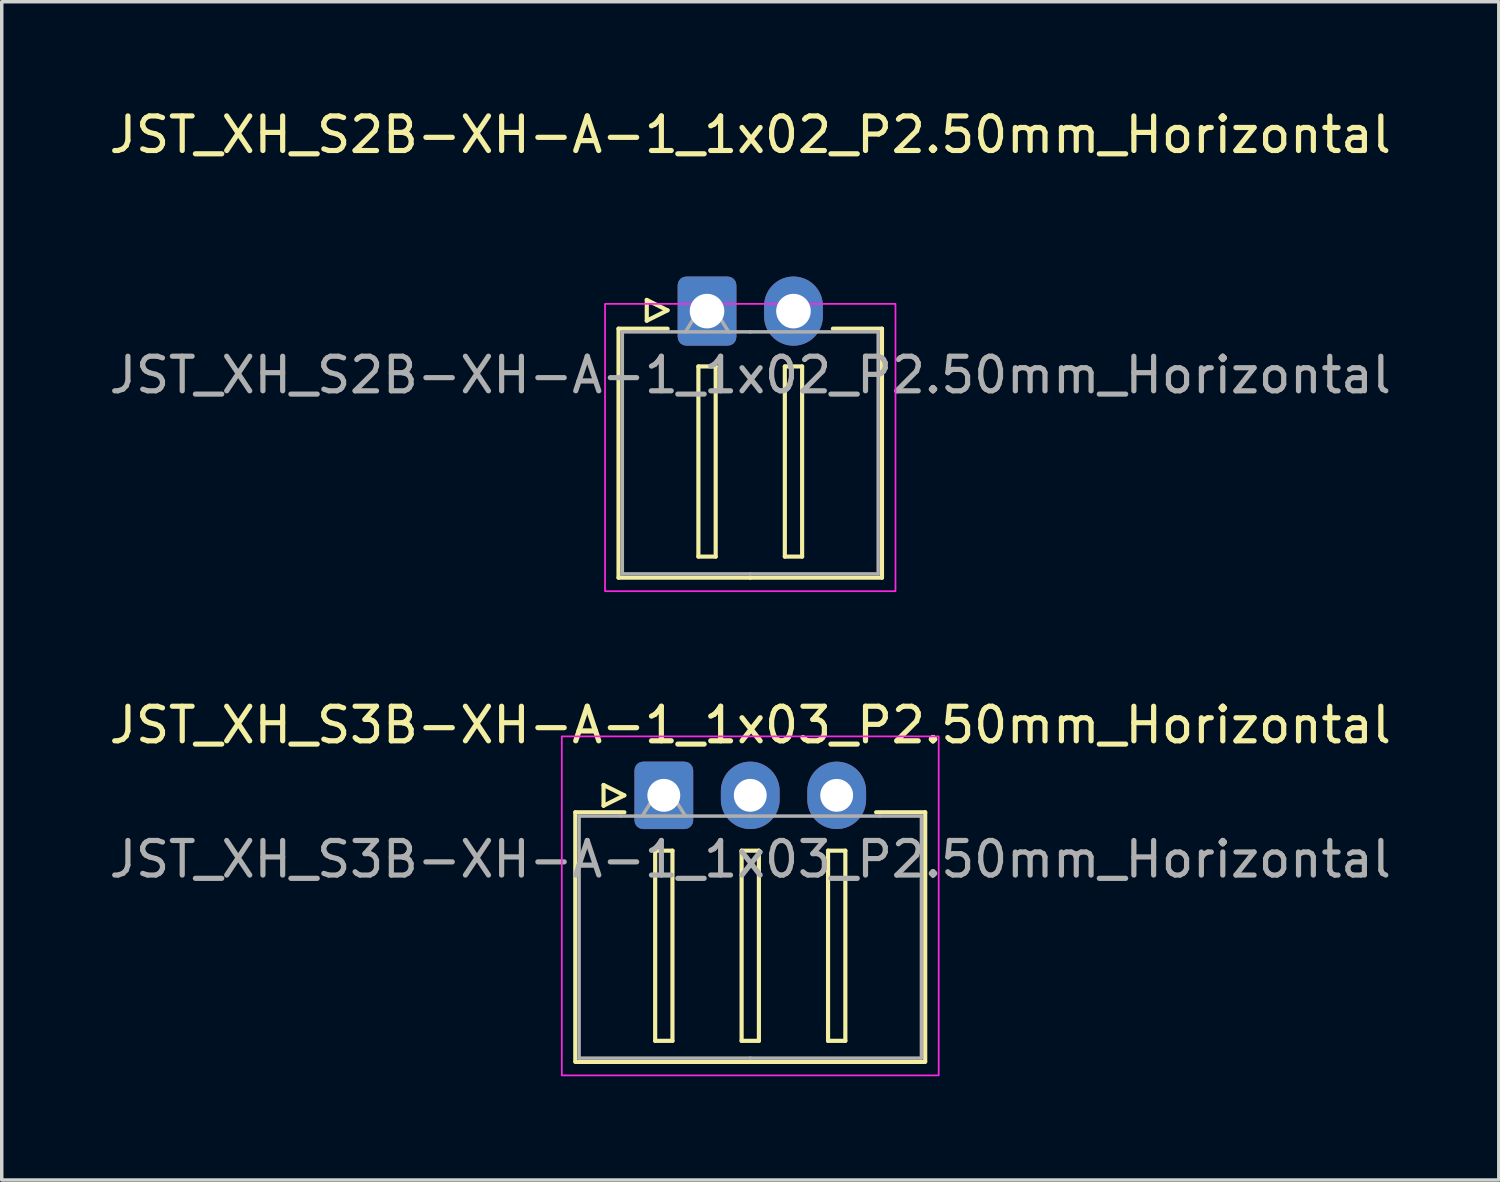
<source format=kicad_pcb>
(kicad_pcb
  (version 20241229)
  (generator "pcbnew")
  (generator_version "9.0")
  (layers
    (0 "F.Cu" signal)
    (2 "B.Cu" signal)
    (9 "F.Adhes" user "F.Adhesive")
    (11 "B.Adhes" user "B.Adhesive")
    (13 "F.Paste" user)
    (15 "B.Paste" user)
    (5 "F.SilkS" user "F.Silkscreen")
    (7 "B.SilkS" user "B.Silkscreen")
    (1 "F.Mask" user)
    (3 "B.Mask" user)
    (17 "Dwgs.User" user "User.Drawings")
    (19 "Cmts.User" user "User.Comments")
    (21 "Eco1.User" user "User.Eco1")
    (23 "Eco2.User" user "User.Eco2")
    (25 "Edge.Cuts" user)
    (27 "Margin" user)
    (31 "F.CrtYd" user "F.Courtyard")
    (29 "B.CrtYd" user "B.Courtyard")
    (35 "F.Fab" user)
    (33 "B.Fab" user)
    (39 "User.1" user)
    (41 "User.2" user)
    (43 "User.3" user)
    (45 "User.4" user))
  (footprint "JST_XH_S3B-XH-A-1_1x03_P2.50mm_Horizontal"
    (layer "F.Cu")
    (at 16.149 19.953)
    (property "Reference" "JST_XH_S3B-XH-A-1_1x03_P2.50mm_Horizontal" (at 2.5 -2.032 0) (layer "F.SilkS") (effects (font (size 1 1) (thickness 0.15))))
    (attr through_hole)
    (fp_line (start -2.56 0.49) (end -1.14 0.49) (stroke (width 0.12) (type solid)) (layer "F.SilkS"))
    (fp_line (start -2.56 7.692) (end -2.56 0.49) (stroke (width 0.12) (type solid)) (layer "F.SilkS"))
    (fp_line (start -1.743 -0.3) (end -1.143 0) (stroke (width 0.12) (type solid)) (layer "F.SilkS"))
    (fp_line (start -1.743 0.3) (end -1.743 -0.3) (stroke (width 0.12) (type solid)) (layer "F.SilkS"))
    (fp_line (start -1.143 0) (end -1.743 0.3) (stroke (width 0.12) (type solid)) (layer "F.SilkS"))
    (fp_line (start -0.25 1.6) (end -0.25 7.1) (stroke (width 0.12) (type solid)) (layer "F.SilkS"))
    (fp_line (start -0.25 7.1) (end 0.25 7.1) (stroke (width 0.12) (type solid)) (layer "F.SilkS"))
    (fp_line (start 0.25 1.6) (end -0.25 1.6) (stroke (width 0.12) (type solid)) (layer "F.SilkS"))
    (fp_line (start 0.25 7.1) (end 0.25 1.6) (stroke (width 0.12) (type solid)) (layer "F.SilkS"))
    (fp_line (start 2.25 1.6) (end 2.25 7.1) (stroke (width 0.12) (type solid)) (layer "F.SilkS"))
    (fp_line (start 2.25 7.1) (end 2.75 7.1) (stroke (width 0.12) (type solid)) (layer "F.SilkS"))
    (fp_line (start 2.5 7.71) (end -2.56 7.71) (stroke (width 0.12) (type solid)) (layer "F.SilkS"))
    (fp_line (start 2.5 7.71) (end 7.56 7.71) (stroke (width 0.12) (type solid)) (layer "F.SilkS"))
    (fp_line (start 2.75 1.6) (end 2.25 1.6) (stroke (width 0.12) (type solid)) (layer "F.SilkS"))
    (fp_line (start 2.75 7.1) (end 2.75 1.6) (stroke (width 0.12) (type solid)) (layer "F.SilkS"))
    (fp_line (start 4.75 1.6) (end 4.75 7.1) (stroke (width 0.12) (type solid)) (layer "F.SilkS"))
    (fp_line (start 4.75 7.1) (end 5.25 7.1) (stroke (width 0.12) (type solid)) (layer "F.SilkS"))
    (fp_line (start 5.25 1.6) (end 4.75 1.6) (stroke (width 0.12) (type solid)) (layer "F.SilkS"))
    (fp_line (start 5.25 7.1) (end 5.25 1.6) (stroke (width 0.12) (type solid)) (layer "F.SilkS"))
    (fp_line (start 7.56 0.49) (end 6.14 0.49) (stroke (width 0.12) (type solid)) (layer "F.SilkS"))
    (fp_line (start 7.56 7.692) (end 7.56 0.49) (stroke (width 0.12) (type solid)) (layer "F.SilkS"))
    (fp_rect (start -2.95 -1.705) (end 7.95 8.1) (stroke (width 0.05) (type default)) (fill no) (layer "F.CrtYd"))
    (fp_line (start -2.45 0.6) (end -1.25 0.6) (stroke (width 0.1) (type solid)) (layer "F.Fab"))
    (fp_line (start -2.45 7.6) (end -2.45 0.6) (stroke (width 0.1) (type solid)) (layer "F.Fab"))
    (fp_line (start -1.25 0.6) (end 2.5 0.6) (stroke (width 0.1) (type solid)) (layer "F.Fab"))
    (fp_line (start -0.625 0.6) (end 0 -0.4) (stroke (width 0.1) (type solid)) (layer "F.Fab"))
    (fp_line (start 0 -0.4) (end 0.625 0.6) (stroke (width 0.1) (type solid)) (layer "F.Fab"))
    (fp_line (start 2.5 7.6) (end -2.45 7.6) (stroke (width 0.1) (type solid)) (layer "F.Fab"))
    (fp_line (start 2.5 7.6) (end 7.45 7.6) (stroke (width 0.1) (type solid)) (layer "F.Fab"))
    (fp_line (start 6.25 0.6) (end 2.5 0.6) (stroke (width 0.1) (type solid)) (layer "F.Fab"))
    (fp_line (start 7.45 0.6) (end 6.25 0.6) (stroke (width 0.1) (type solid)) (layer "F.Fab"))
    (fp_line (start 7.45 7.6) (end 7.45 0.6) (stroke (width 0.1) (type solid)) (layer "F.Fab"))
    (fp_text user "${REFERENCE}" (at 2.5 1.85 0) (layer "F.Fab") (effects (font (size 1 1) (thickness 0.15))))
    (pad "1" thru_hole roundrect (at 0 0) (size 1.7 1.95) (drill 0.95) (layers "*.Cu" "*.Mask") (roundrect_rratio 0.147))
    (pad "2" thru_hole oval (at 2.5 0) (size 1.7 1.95) (drill 0.95) (layers "*.Cu" "*.Mask"))
    (pad "3" thru_hole oval (at 5 0) (size 1.7 1.95) (drill 0.95) (layers "*.Cu" "*.Mask")))
  (footprint "JST_XH_S2B-XH-A-1_1x02_P2.50mm_Horizontal"
    (layer "F.Cu")
    (at 17.399 5.948)
    (property "Reference" "JST_XH_S2B-XH-A-1_1x02_P2.50mm_Horizontal" (at 1.25 -5.1 0) (layer "F.SilkS") (effects (font (size 1 1) (thickness 0.15))))
    (attr through_hole)
    (fp_line (start -2.56 0.508) (end -1.14 0.508) (stroke (width 0.12) (type solid)) (layer "F.SilkS"))
    (fp_line (start -2.56 7.71) (end -2.56 0.508) (stroke (width 0.12) (type solid)) (layer "F.SilkS"))
    (fp_line (start -1.743 -0.323) (end -1.143 -0.023) (stroke (width 0.12) (type solid)) (layer "F.SilkS"))
    (fp_line (start -1.743 0.277) (end -1.743 -0.323) (stroke (width 0.12) (type solid)) (layer "F.SilkS"))
    (fp_line (start -1.143 -0.023) (end -1.743 0.277) (stroke (width 0.12) (type solid)) (layer "F.SilkS"))
    (fp_line (start -0.25 1.6) (end -0.25 7.1) (stroke (width 0.12) (type solid)) (layer "F.SilkS"))
    (fp_line (start -0.25 7.1) (end 0.25 7.1) (stroke (width 0.12) (type solid)) (layer "F.SilkS"))
    (fp_line (start 0.25 1.6) (end -0.25 1.6) (stroke (width 0.12) (type solid)) (layer "F.SilkS"))
    (fp_line (start 0.25 7.1) (end 0.25 1.6) (stroke (width 0.12) (type solid)) (layer "F.SilkS"))
    (fp_line (start 1.25 7.71) (end -2.56 7.71) (stroke (width 0.12) (type solid)) (layer "F.SilkS"))
    (fp_line (start 1.25 7.71) (end 5.06 7.71) (stroke (width 0.12) (type solid)) (layer "F.SilkS"))
    (fp_line (start 2.25 1.6) (end 2.25 7.1) (stroke (width 0.12) (type solid)) (layer "F.SilkS"))
    (fp_line (start 2.25 7.1) (end 2.75 7.1) (stroke (width 0.12) (type solid)) (layer "F.SilkS"))
    (fp_line (start 2.75 1.6) (end 2.25 1.6) (stroke (width 0.12) (type solid)) (layer "F.SilkS"))
    (fp_line (start 2.75 7.1) (end 2.75 1.6) (stroke (width 0.12) (type solid)) (layer "F.SilkS"))
    (fp_line (start 5.06 0.508) (end 3.64 0.508) (stroke (width 0.12) (type solid)) (layer "F.SilkS"))
    (fp_line (start 5.06 7.71) (end 5.06 0.508) (stroke (width 0.12) (type solid)) (layer "F.SilkS"))
    (fp_rect (start -2.95 -0.209) (end 5.45 8.1) (stroke (width 0.05) (type default)) (fill no) (layer "F.CrtYd"))
    (fp_line (start -2.45 0.6) (end 1.25 0.6) (stroke (width 0.1) (type solid)) (layer "F.Fab"))
    (fp_line (start -2.45 7.6) (end -2.45 0.6) (stroke (width 0.1) (type solid)) (layer "F.Fab"))
    (fp_line (start -0.625 0.6) (end 0 -0.4) (stroke (width 0.1) (type solid)) (layer "F.Fab"))
    (fp_line (start 0 -0.4) (end 0.625 0.6) (stroke (width 0.1) (type solid)) (layer "F.Fab"))
    (fp_line (start 1.25 7.6) (end -2.45 7.6) (stroke (width 0.1) (type solid)) (layer "F.Fab"))
    (fp_line (start 1.25 7.6) (end 4.95 7.6) (stroke (width 0.1) (type solid)) (layer "F.Fab"))
    (fp_line (start 4.95 0.6) (end 1.25 0.6) (stroke (width 0.1) (type solid)) (layer "F.Fab"))
    (fp_line (start 4.95 7.6) (end 4.95 0.6) (stroke (width 0.1) (type solid)) (layer "F.Fab"))
    (fp_text user "${REFERENCE}" (at 1.25 1.85 0) (layer "F.Fab") (effects (font (size 1 1) (thickness 0.15))))
    (pad "1" thru_hole roundrect (at 0 0) (size 1.7 2) (drill 1) (layers "*.Cu" "*.Mask") (roundrect_rratio 0.147))
    (pad "2" thru_hole oval (at 2.5 0) (size 1.7 2) (drill 1) (layers "*.Cu" "*.Mask")))
  (gr_rect
    (start -3 -3)
    (end 40.298 31.078)
    (stroke (width 0.1) (type default))
    (fill no)
    (layer "Edge.Cuts")))
</source>
